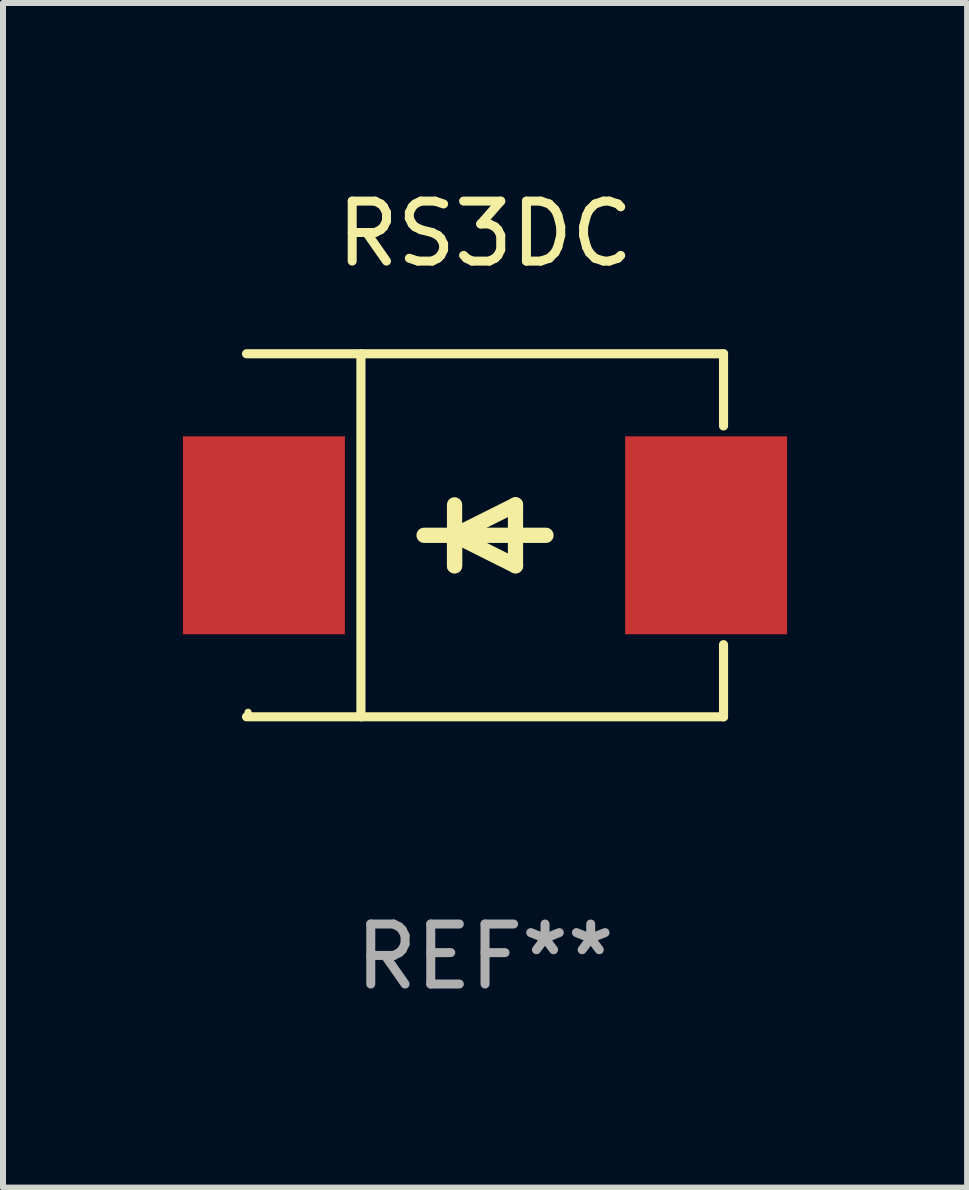
<source format=kicad_pcb>
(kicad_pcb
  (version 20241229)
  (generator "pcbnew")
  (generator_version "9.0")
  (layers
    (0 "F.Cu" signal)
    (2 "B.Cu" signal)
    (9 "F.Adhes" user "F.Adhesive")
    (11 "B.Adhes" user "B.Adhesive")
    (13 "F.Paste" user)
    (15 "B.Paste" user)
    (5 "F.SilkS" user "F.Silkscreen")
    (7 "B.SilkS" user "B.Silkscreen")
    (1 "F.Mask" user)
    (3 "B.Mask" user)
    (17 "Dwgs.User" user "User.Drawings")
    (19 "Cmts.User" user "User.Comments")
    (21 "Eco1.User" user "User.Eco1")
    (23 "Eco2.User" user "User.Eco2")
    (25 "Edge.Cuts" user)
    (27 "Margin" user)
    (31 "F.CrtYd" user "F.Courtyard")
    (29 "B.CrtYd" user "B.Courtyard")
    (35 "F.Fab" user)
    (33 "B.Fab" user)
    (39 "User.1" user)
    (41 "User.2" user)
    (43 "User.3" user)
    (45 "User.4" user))
  (footprint "RS3DC"
    (layer "F.Cu")
    (at 5.036 5.874)
    (property "Reference" "RS3DC" (at 0 -5.026 0) (layer "F.SilkS") (effects (font (size 1 1) (thickness 0.15))))
    (attr through_hole)
    (fp_line (start -3.976 -3.026) (end 3.976 -3.026) (stroke (width 0.152) (type solid)) (layer "F.SilkS"))
    (fp_line (start -3.976 3.026) (end 3.976 3.026) (stroke (width 0.152) (type solid)) (layer "F.SilkS"))
    (fp_line (start -2.069 -3.026) (end -2.069 3.026) (stroke (width 0.152) (type solid)) (layer "F.SilkS"))
    (fp_line (start -0.508 0) (end -0.508 0.508) (stroke (width 0.254) (type solid)) (layer "F.SilkS"))
    (fp_line (start -0.508 0) (end 0.508 0.508) (stroke (width 0.254) (type solid)) (layer "F.SilkS"))
    (fp_line (start -0.508 0.508) (end -0.508 -0.508) (stroke (width 0.254) (type solid)) (layer "F.SilkS"))
    (fp_line (start 0.508 -0.508) (end -0.508 0) (stroke (width 0.254) (type solid)) (layer "F.SilkS"))
    (fp_line (start 0.508 0.508) (end 0.508 -0.508) (stroke (width 0.254) (type solid)) (layer "F.SilkS"))
    (fp_line (start 1.016 0) (end -1.016 0) (stroke (width 0.254) (type solid)) (layer "F.SilkS"))
    (fp_line (start 3.976 -3.026) (end 3.976 -1.823) (stroke (width 0.152) (type solid)) (layer "F.SilkS"))
    (fp_line (start 3.976 3.026) (end 3.976 1.823) (stroke (width 0.152) (type solid)) (layer "F.SilkS"))
    (fp_circle (center -3.95 2.95) (end -3.92 2.95) (stroke (width 0.06) (type solid)) (fill no) (layer "F.SilkS"))
    (fp_text user "REF**" (at 0 7.026 0) (layer "F.Fab") (effects (font (size 1 1) (thickness 0.15))))
    (pad "1" smd rect (at -3.686 0) (size 2.7 3.3) (layers "F.Cu" "F.Mask" "F.Paste"))
    (pad "2" smd rect (at 3.686 0) (size 2.7 3.3) (layers "F.Cu" "F.Mask" "F.Paste")))
  (gr_rect
    (start -3 -3)
    (end 13.073 16.749)
    (stroke (width 0.1) (type default))
    (fill no)
    (layer "Edge.Cuts")))
</source>
